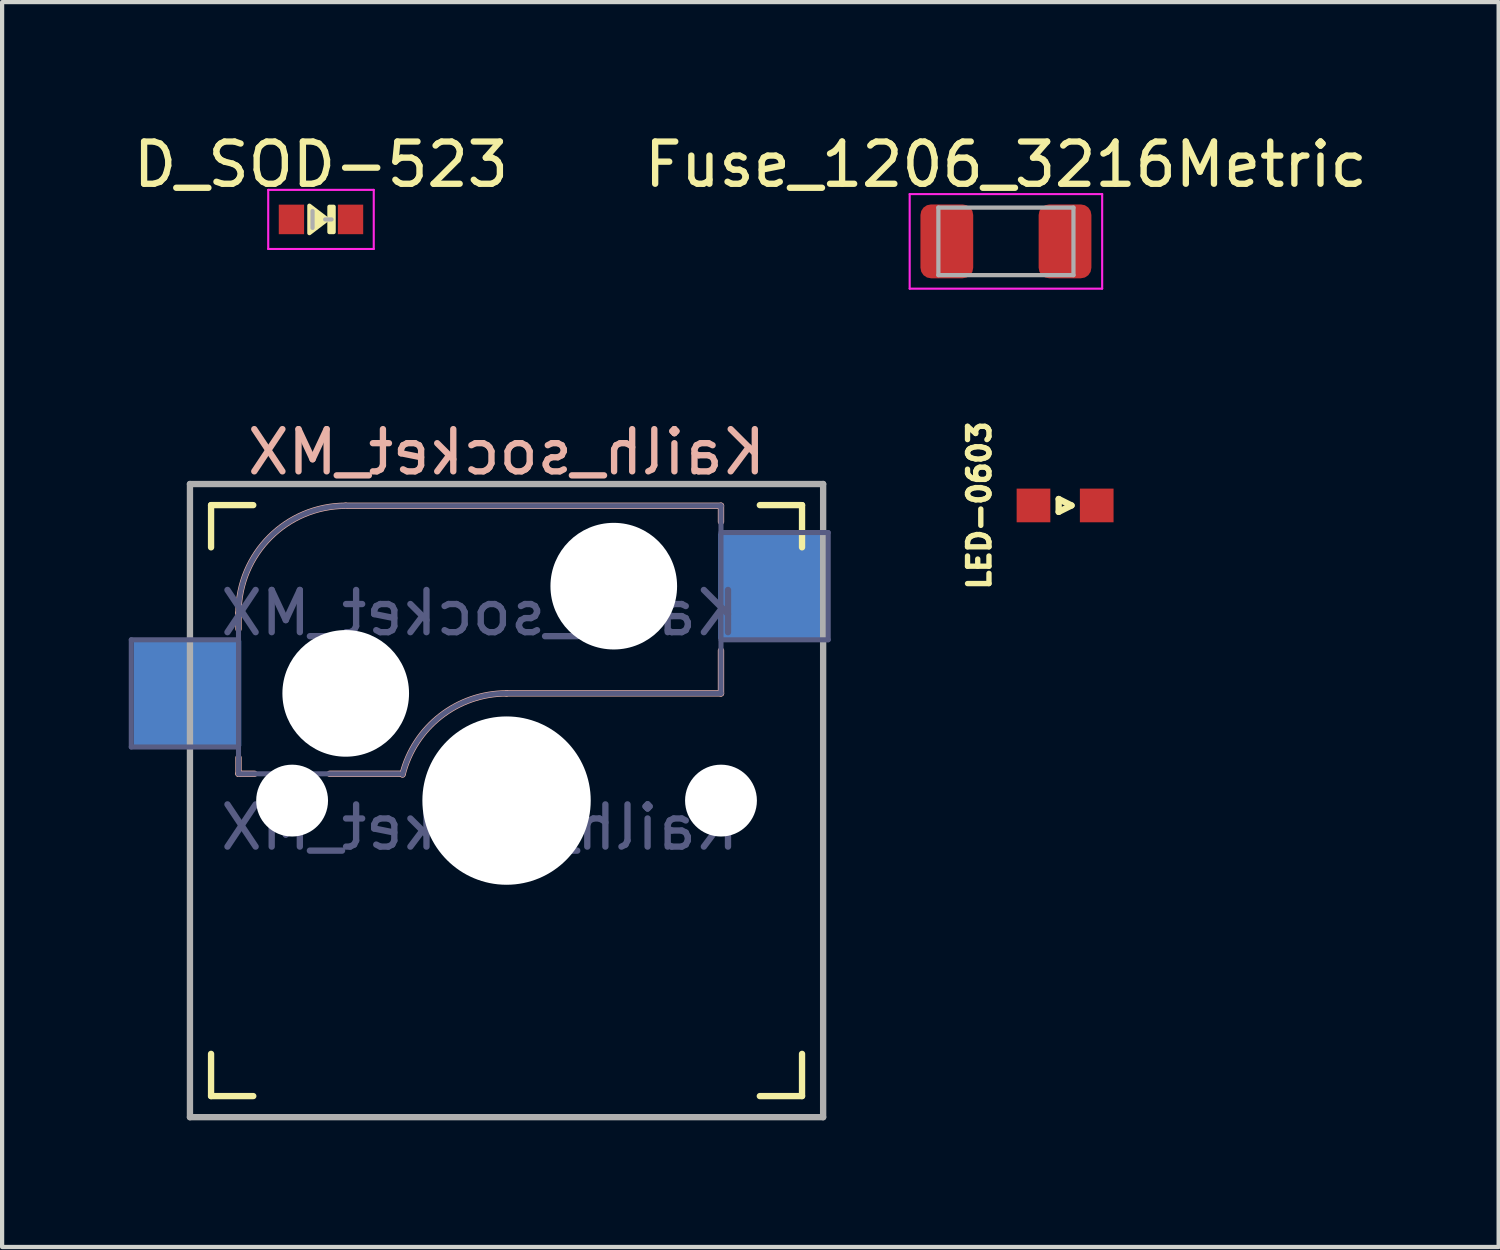
<source format=kicad_pcb>
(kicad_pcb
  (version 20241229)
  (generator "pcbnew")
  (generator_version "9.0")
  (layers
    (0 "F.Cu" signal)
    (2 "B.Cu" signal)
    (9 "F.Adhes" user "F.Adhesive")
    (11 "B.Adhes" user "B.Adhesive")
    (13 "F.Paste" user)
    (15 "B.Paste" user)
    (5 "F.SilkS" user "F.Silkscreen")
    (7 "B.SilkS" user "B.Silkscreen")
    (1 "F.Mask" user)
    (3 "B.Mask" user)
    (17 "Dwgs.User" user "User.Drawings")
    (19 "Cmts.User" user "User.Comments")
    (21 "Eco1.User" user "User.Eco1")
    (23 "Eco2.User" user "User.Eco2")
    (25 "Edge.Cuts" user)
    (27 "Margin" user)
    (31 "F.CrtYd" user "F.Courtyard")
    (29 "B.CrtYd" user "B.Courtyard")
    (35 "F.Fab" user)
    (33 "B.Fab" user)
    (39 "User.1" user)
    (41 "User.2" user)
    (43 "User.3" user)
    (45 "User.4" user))
  (footprint "Fuse_1206_3216Metric"
    (layer "F.Cu")
    (at 20.78 2.668)
    (property "Reference" "Fuse_1206_3216Metric" (at 0 -1.82 0) (layer "F.SilkS") (effects (font (size 1 1) (thickness 0.15))))
    (attr smd)
    (fp_line (start -2.28 -1.12) (end 2.28 -1.12) (stroke (width 0.05) (type solid)) (layer "F.CrtYd"))
    (fp_line (start -2.28 1.12) (end -2.28 -1.12) (stroke (width 0.05) (type solid)) (layer "F.CrtYd"))
    (fp_line (start 2.28 -1.12) (end 2.28 1.12) (stroke (width 0.05) (type solid)) (layer "F.CrtYd"))
    (fp_line (start 2.28 1.12) (end -2.28 1.12) (stroke (width 0.05) (type solid)) (layer "F.CrtYd"))
    (fp_line (start -1.6 -0.8) (end 1.6 -0.8) (stroke (width 0.1) (type solid)) (layer "F.Fab"))
    (fp_line (start -1.6 0.8) (end -1.6 -0.8) (stroke (width 0.1) (type solid)) (layer "F.Fab"))
    (fp_line (start 1.6 -0.8) (end 1.6 0.8) (stroke (width 0.1) (type solid)) (layer "F.Fab"))
    (fp_line (start 1.6 0.8) (end -1.6 0.8) (stroke (width 0.1) (type solid)) (layer "F.Fab"))
    (pad "1" smd roundrect (at -1.4 0) (size 1.25 1.75) (layers "F.Cu" "F.Mask" "F.Paste") (roundrect_rratio 0.2))
    (pad "2" smd roundrect (at 1.4 0) (size 1.25 1.75) (layers "F.Cu" "F.Mask" "F.Paste") (roundrect_rratio 0.2)))
  (footprint "LED-0603"
    (layer "F.Cu")
    (at 22.182 8.924)
    (property "Reference" "LED-0603" (at -2.032 0 90) (layer "F.SilkS") (effects (font (size 0.508 0.508) (thickness 0.127))))
    (attr smd)
    (fp_line (start -0.152 -0.152) (end 0.152 0) (stroke (width 0.15) (type solid)) (layer "F.SilkS"))
    (fp_line (start -0.152 0.152) (end -0.152 -0.152) (stroke (width 0.15) (type solid)) (layer "F.SilkS"))
    (fp_line (start 0.152 0) (end -0.152 0.152) (stroke (width 0.15) (type solid)) (layer "F.SilkS"))
    (pad "1" smd rect (at -0.749 0) (size 0.798 0.798) (layers "F.Cu" "F.Mask" "F.Paste"))
    (pad "2" smd rect (at 0.749 0) (size 0.798 0.798) (layers "F.Cu" "F.Mask" "F.Paste")))
  (footprint "Kailh_socket_MX"
    (layer "F.Cu")
    (at 8.95 15.916)
    (property "Reference" "Kailh_socket_MX" (at 0 -8.255 0) (layer "B.SilkS") (effects (font (size 1 1) (thickness 0.15)) (justify mirror)))
    (property "Value" "Kailh_socket_MX" (at 0 8.255 0) (layer "F.Fab") (hide yes) (effects (font (size 1 1) (thickness 0.15))))
    (attr smd)
    (fp_line (start -7 -6) (end -7 -7) (stroke (width 0.15) (type solid)) (layer "F.SilkS"))
    (fp_line (start -7 7) (end -7 6) (stroke (width 0.15) (type solid)) (layer "F.SilkS"))
    (fp_line (start -7 7) (end -6 7) (stroke (width 0.15) (type solid)) (layer "F.SilkS"))
    (fp_line (start -6 -7) (end -7 -7) (stroke (width 0.15) (type solid)) (layer "F.SilkS"))
    (fp_line (start 6 7) (end 7 7) (stroke (width 0.15) (type solid)) (layer "F.SilkS"))
    (fp_line (start 7 -7) (end 6 -7) (stroke (width 0.15) (type solid)) (layer "F.SilkS"))
    (fp_line (start 7 -7) (end 7 -6) (stroke (width 0.15) (type solid)) (layer "F.SilkS"))
    (fp_line (start 7 6) (end 7 7) (stroke (width 0.15) (type solid)) (layer "F.SilkS"))
    (fp_line (start -6.35 -4.445) (end -6.35 -4.064) (stroke (width 0.15) (type solid)) (layer "B.SilkS"))
    (fp_line (start -6.35 -1.016) (end -6.35 -0.635) (stroke (width 0.15) (type solid)) (layer "B.SilkS"))
    (fp_line (start -5.969 -0.635) (end -6.35 -0.635) (stroke (width 0.15) (type solid)) (layer "B.SilkS"))
    (fp_line (start -3.81 -6.985) (end 5.08 -6.985) (stroke (width 0.15) (type solid)) (layer "B.SilkS"))
    (fp_line (start -2.464 -0.635) (end -4.191 -0.635) (stroke (width 0.15) (type solid)) (layer "B.SilkS"))
    (fp_line (start 5.08 -6.985) (end 5.08 -6.604) (stroke (width 0.15) (type solid)) (layer "B.SilkS"))
    (fp_line (start 5.08 -3.556) (end 5.08 -2.54) (stroke (width 0.15) (type solid)) (layer "B.SilkS"))
    (fp_line (start 5.08 -2.54) (end 0 -2.54) (stroke (width 0.15) (type solid)) (layer "B.SilkS"))
    (fp_arc (start -6.35 -4.445) (mid -5.606051 -6.241051) (end -3.81 -6.985) (stroke (width 0.15) (type solid)) (layer "B.SilkS"))
    (fp_arc (start -2.464162 -0.61604) (mid -1.563147 -2.002042) (end 0 -2.54) (stroke (width 0.15) (type solid)) (layer "B.SilkS"))
    (fp_line (start -6.9 6.9) (end -6.9 -6.9) (stroke (width 0.15) (type solid)) (layer "Eco2.User"))
    (fp_line (start -6.9 6.9) (end 6.9 6.9) (stroke (width 0.15) (type solid)) (layer "Eco2.User"))
    (fp_line (start 6.9 -6.9) (end -6.9 -6.9) (stroke (width 0.15) (type solid)) (layer "Eco2.User"))
    (fp_line (start 6.9 -6.9) (end 6.9 6.9) (stroke (width 0.15) (type solid)) (layer "Eco2.User"))
    (fp_line (start -8.89 -3.81) (end -6.35 -3.81) (stroke (width 0.12) (type solid)) (layer "B.Fab"))
    (fp_line (start -8.89 -1.27) (end -8.89 -3.81) (stroke (width 0.12) (type solid)) (layer "B.Fab"))
    (fp_line (start -6.35 -1.27) (end -8.89 -1.27) (stroke (width 0.12) (type solid)) (layer "B.Fab"))
    (fp_line (start -6.35 -0.635) (end -6.35 -4.445) (stroke (width 0.12) (type solid)) (layer "B.Fab"))
    (fp_line (start -6.35 -0.635) (end -2.54 -0.635) (stroke (width 0.12) (type solid)) (layer "B.Fab"))
    (fp_line (start -3.81 -6.985) (end 5.08 -6.985) (stroke (width 0.12) (type solid)) (layer "B.Fab"))
    (fp_line (start 5.08 -6.985) (end 5.08 -2.54) (stroke (width 0.12) (type solid)) (layer "B.Fab"))
    (fp_line (start 5.08 -6.35) (end 7.62 -6.35) (stroke (width 0.12) (type solid)) (layer "B.Fab"))
    (fp_line (start 5.08 -2.54) (end 0 -2.54) (stroke (width 0.12) (type solid)) (layer "B.Fab"))
    (fp_line (start 7.62 -6.35) (end 7.62 -3.81) (stroke (width 0.12) (type solid)) (layer "B.Fab"))
    (fp_line (start 7.62 -3.81) (end 5.08 -3.81) (stroke (width 0.12) (type solid)) (layer "B.Fab"))
    (fp_arc (start -6.35 -4.445) (mid -5.606051 -6.241051) (end -3.81 -6.985) (stroke (width 0.12) (type solid)) (layer "B.Fab"))
    (fp_arc (start -2.464162 -0.61604) (mid -1.563147 -2.002042) (end 0 -2.54) (stroke (width 0.12) (type solid)) (layer "B.Fab"))
    (fp_line (start -7.5 -7.5) (end 7.5 -7.5) (stroke (width 0.15) (type solid)) (layer "F.Fab"))
    (fp_line (start -7.5 7.5) (end -7.5 -7.5) (stroke (width 0.15) (type solid)) (layer "F.Fab"))
    (fp_line (start 7.5 -7.5) (end 7.5 7.5) (stroke (width 0.15) (type solid)) (layer "F.Fab"))
    (fp_line (start 7.5 7.5) (end -7.5 7.5) (stroke (width 0.15) (type solid)) (layer "F.Fab"))
    (fp_text user "${REFERENCE}" (at -0.635 -4.445 0) (layer "B.Fab") (effects (font (size 1 1) (thickness 0.15)) (justify mirror)))
    (fp_text user "${VALUE}" (at -0.635 0.635 0) (layer "B.Fab") (effects (font (size 1 1) (thickness 0.15)) (justify mirror)))
    (pad "" np_thru_hole circle (at -5.08 0) (size 1.702 1.702) (drill 1.702) (layers "*.Cu" "*.Mask"))
    (pad "" np_thru_hole circle (at -3.81 -2.54) (size 3 3) (drill 3) (layers "*.Cu" "*.Mask"))
    (pad "" np_thru_hole circle (at 0 0) (size 3.988 3.988) (drill 3.988) (layers "*.Cu" "*.Mask"))
    (pad "" np_thru_hole circle (at 2.54 -5.08) (size 3 3) (drill 3) (layers "*.Cu" "*.Mask"))
    (pad "" np_thru_hole circle (at 5.08 0) (size 1.702 1.702) (drill 1.702) (layers "*.Cu" "*.Mask"))
    (pad "1" smd rect (at 6.29 -5.08) (size 2.55 2.5) (layers "B.Cu" "B.Mask" "B.Paste"))
    (pad "2" smd rect (at -7.56 -2.54) (size 2.55 2.5) (layers "B.Cu" "B.Mask" "B.Paste")))
  (footprint "D_SOD-523"
    (layer "F.Cu")
    (at 4.554 2.148)
    (property "Reference" "D_SOD-523" (at 0 -1.3 180) (layer "F.SilkS") (effects (font (size 1 1) (thickness 0.15))))
    (attr smd)
    (fp_poly (pts (xy 0.15 0) (xy -0.275 0.325) (xy -0.275 -0.325)) (stroke (width 0.1) (type solid)) (fill yes) (layer "F.SilkS"))
    (fp_poly (pts (xy 0.3 0.3) (xy 0.2 0.3) (xy 0.2 -0.3) (xy 0.3 -0.3)) (stroke (width 0.1) (type solid)) (fill yes) (layer "F.SilkS"))
    (fp_line (start -1.25 -0.7) (end 1.25 -0.7) (stroke (width 0.05) (type solid)) (layer "F.CrtYd"))
    (fp_line (start -1.25 0.7) (end -1.25 -0.7) (stroke (width 0.05) (type solid)) (layer "F.CrtYd"))
    (fp_line (start 1.25 -0.7) (end 1.25 0.7) (stroke (width 0.05) (type solid)) (layer "F.CrtYd"))
    (fp_line (start 1.25 0.7) (end -1.25 0.7) (stroke (width 0.05) (type solid)) (layer "F.CrtYd"))
    (fp_line (start -0.2 0.2) (end -0.2 -0.2) (stroke (width 0.1) (type solid)) (layer "F.Fab"))
    (fp_line (start 0.1 0) (end 0.25 0) (stroke (width 0.1) (type solid)) (layer "F.Fab"))
    (pad "1" smd rect (at -0.7 0 180) (size 0.6 0.7) (layers "F.Cu" "F.Mask" "F.Paste"))
    (pad "2" smd rect (at 0.7 0 180) (size 0.6 0.7) (layers "F.Cu" "F.Mask" "F.Paste")))
  (gr_rect
    (start -3 -3)
    (end 32.452 26.491)
    (stroke (width 0.1) (type default))
    (fill no)
    (layer "Edge.Cuts")))
</source>
